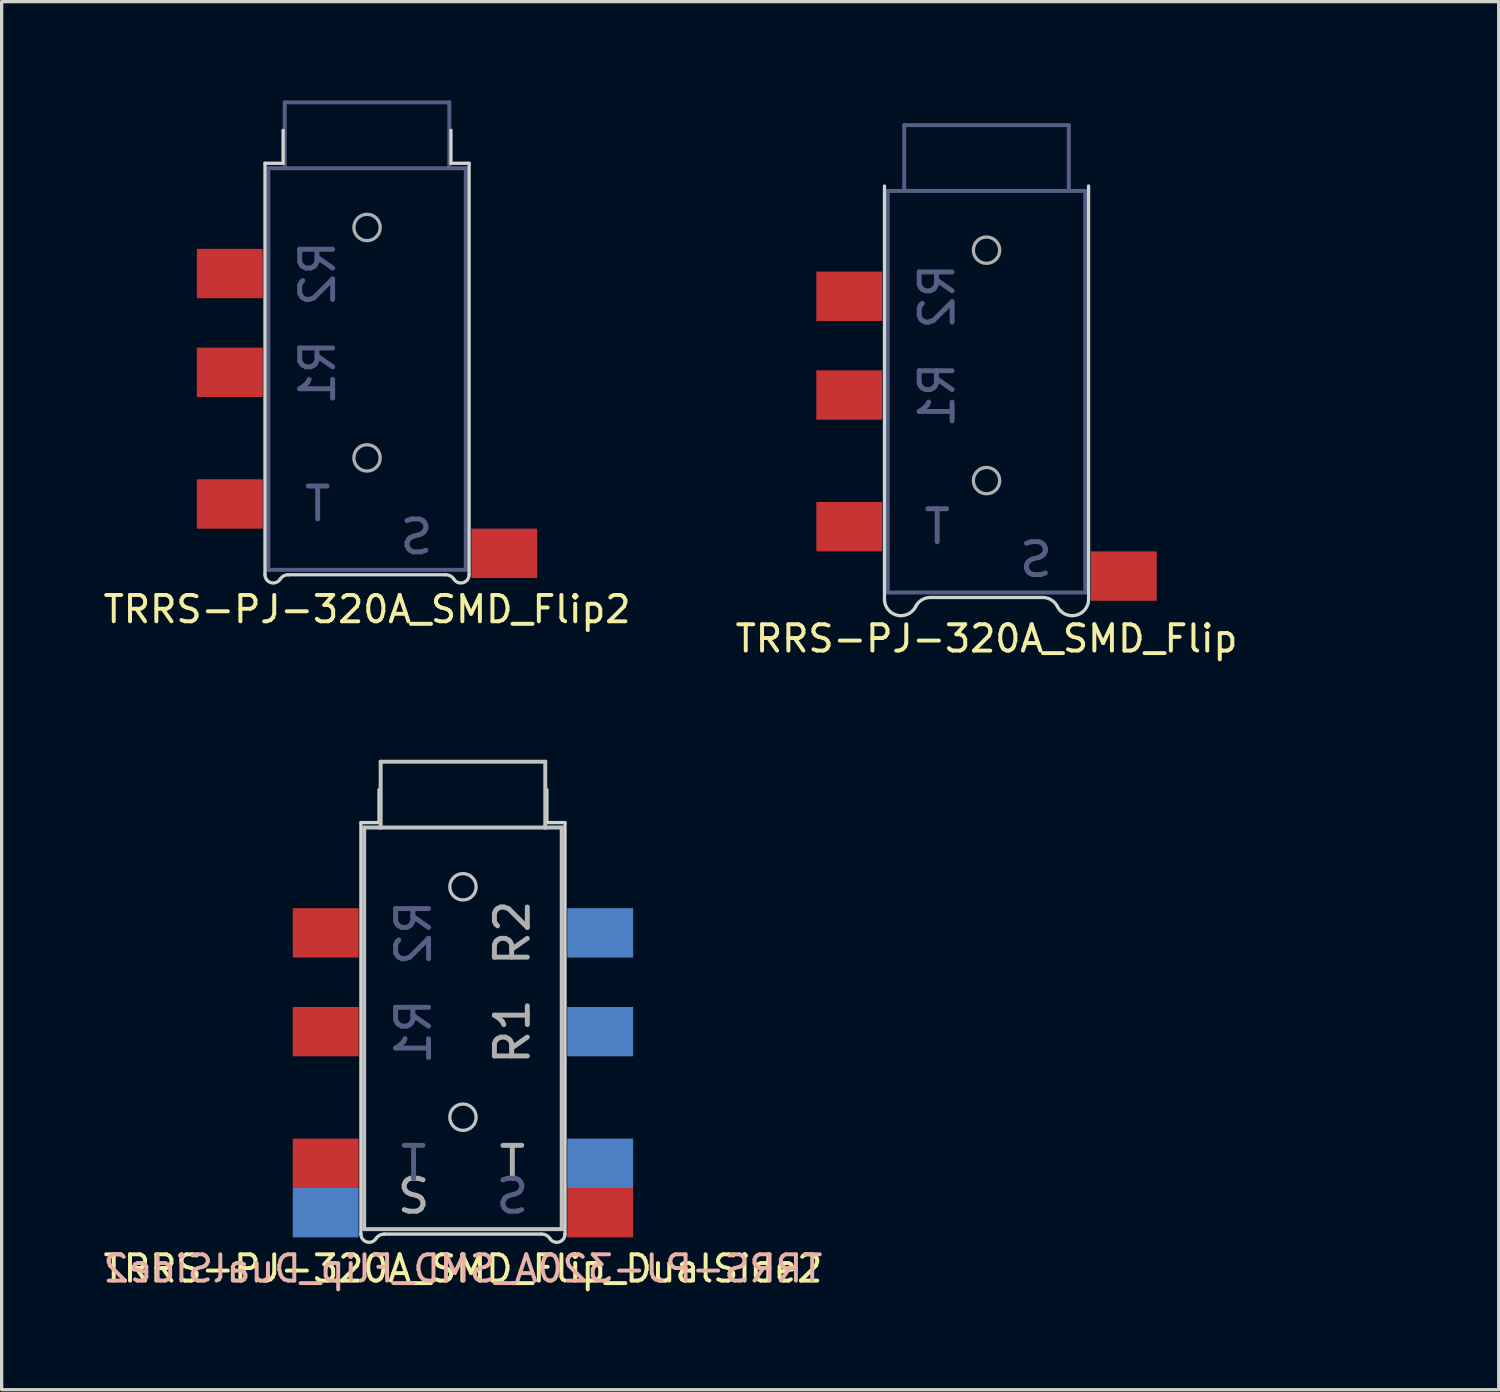
<source format=kicad_pcb>
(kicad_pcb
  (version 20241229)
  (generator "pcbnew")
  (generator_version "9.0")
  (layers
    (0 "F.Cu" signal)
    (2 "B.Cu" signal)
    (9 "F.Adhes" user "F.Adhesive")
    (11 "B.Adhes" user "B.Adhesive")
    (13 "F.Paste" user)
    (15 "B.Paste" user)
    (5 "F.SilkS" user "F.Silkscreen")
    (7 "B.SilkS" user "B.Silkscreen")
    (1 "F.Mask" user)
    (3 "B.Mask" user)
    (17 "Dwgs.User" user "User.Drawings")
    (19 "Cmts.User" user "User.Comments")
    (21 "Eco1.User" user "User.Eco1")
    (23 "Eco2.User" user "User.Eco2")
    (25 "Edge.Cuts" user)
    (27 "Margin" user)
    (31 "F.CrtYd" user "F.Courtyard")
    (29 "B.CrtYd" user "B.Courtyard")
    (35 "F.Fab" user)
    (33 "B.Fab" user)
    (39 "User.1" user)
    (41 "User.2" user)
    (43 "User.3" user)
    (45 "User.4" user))
  (footprint "TRRS-PJ-320A_SMD_Flip2"
    (layer "F.Cu")
    (at 8.1 2.06)
    (property "Reference" "TRRS-PJ-320A_SMD_Flip2" (at 0 13.4 0) (layer "F.SilkS") (effects (font (size 0.8 0.8) (thickness 0.12))))
    (attr through_hole)
    (fp_line (start -3.1 -0.15) (end -2.55 -0.15) (stroke (width 0.1) (type default)) (layer "Edge.Cuts"))
    (fp_line (start -3.1 12.35) (end -3.1 -0.15) (stroke (width 0.1) (type default)) (layer "Edge.Cuts"))
    (fp_line (start -2.55 -0.15) (end -2.55 -1.15) (stroke (width 0.1) (type default)) (layer "Edge.Cuts"))
    (fp_line (start -2.39 12.35) (end 2.39 12.35) (stroke (width 0.1) (type default)) (layer "Edge.Cuts"))
    (fp_line (start 2.55 -0.15) (end 2.55 -1.15) (stroke (width 0.1) (type default)) (layer "Edge.Cuts"))
    (fp_line (start 2.55 -0.15) (end 3.1 -0.15) (stroke (width 0.1) (type default)) (layer "Edge.Cuts"))
    (fp_line (start 3.1 12.35) (end 3.1 -0.15) (stroke (width 0.1) (type default)) (layer "Edge.Cuts"))
    (fp_arc (start -2.632939 12.474035) (mid -2.914167 12.591625) (end -3.1 12.35) (stroke (width 0.1) (type solid)) (layer "Edge.Cuts"))
    (fp_arc (start -2.632939 12.474035) (mid -2.526835 12.381922) (end -2.39 12.35) (stroke (width 0.1) (type solid)) (layer "Edge.Cuts"))
    (fp_arc (start 2.39 12.35) (mid 2.526836 12.381921) (end 2.632939 12.474035) (stroke (width 0.1) (type solid)) (layer "Edge.Cuts"))
    (fp_arc (start 3.1 12.35) (mid 2.914167 12.591625) (end 2.632939 12.474035) (stroke (width 0.1) (type solid)) (layer "Edge.Cuts"))
    (fp_line (start -3 12.2) (end -3 0) (stroke (width 0.12) (type default)) (layer "B.Fab"))
    (fp_line (start -3 12.2) (end 3 12.2) (stroke (width 0.12) (type default)) (layer "B.Fab"))
    (fp_line (start -2.5 -2) (end -2.5 0) (stroke (width 0.12) (type default)) (layer "B.Fab"))
    (fp_line (start -2.5 0) (end -3 0) (stroke (width 0.12) (type default)) (layer "B.Fab"))
    (fp_line (start 2.5 -2) (end -2.5 -2) (stroke (width 0.12) (type default)) (layer "B.Fab"))
    (fp_line (start 2.5 -2) (end 2.5 0) (stroke (width 0.12) (type default)) (layer "B.Fab"))
    (fp_line (start 2.5 0) (end -2.5 0) (stroke (width 0.12) (type default)) (layer "B.Fab"))
    (fp_line (start 3 0) (end 2.5 0) (stroke (width 0.12) (type default)) (layer "B.Fab"))
    (fp_line (start 3 0) (end 3 12.2) (stroke (width 0.12) (type default)) (layer "B.Fab"))
    (fp_circle (center 0 1.8) (end 0.4 1.8) (stroke (width 0.1) (type default)) (fill no) (layer "F.Fab"))
    (fp_circle (center 0 8.8) (end 0.4 8.8) (stroke (width 0.1) (type default)) (fill no) (layer "F.Fab"))
    (fp_text user "R1" (at -1.5 6.2 270) (layer "B.Fab") (effects (font (size 1 1) (thickness 0.15)) (justify mirror)))
    (fp_text user "S" (at 1.5 11.2 180) (layer "B.Fab") (effects (font (size 1 1) (thickness 0.15)) (justify mirror)))
    (fp_text user "R2" (at -1.5 3.2 270) (layer "B.Fab") (effects (font (size 1 1) (thickness 0.15)) (justify mirror)))
    (fp_text user "T" (at -1.5 10.2 180) (layer "B.Fab") (effects (font (size 1 1) (thickness 0.15)) (justify mirror)))
    (pad "1" smd trapezoid (at 4.17 11.7) (size 2 1.5) (layers "F.Cu" "F.Mask" "F.Paste"))
    (pad "2" smd trapezoid (at -4.17 10.2 180) (size 2 1.5) (layers "F.Cu" "F.Mask" "F.Paste"))
    (pad "3" smd trapezoid (at -4.17 6.2 180) (size 2 1.5) (layers "F.Cu" "F.Mask" "F.Paste"))
    (pad "4" smd trapezoid (at -4.17 3.2 180) (size 2 1.5) (layers "F.Cu" "F.Mask" "F.Paste")))
  (footprint "TRRS-PJ-320A_SMD_Flip_DualSide2"
    (layer "F.Cu")
    (at 11.014 22.089)
    (property "Reference" "TRRS-PJ-320A_SMD_Flip_DualSide2" (at 0 13.4 0) (layer "F.SilkS") (effects (font (size 0.8 0.8) (thickness 0.12))))
    (attr through_hole)
    (fp_line (start -3 12.2) (end -3 0) (stroke (width 0.12) (type default)) (layer "Dwgs.User"))
    (fp_line (start -3 12.2) (end 3 12.2) (stroke (width 0.12) (type default)) (layer "Dwgs.User"))
    (fp_line (start -2.5 -2) (end -2.5 0) (stroke (width 0.12) (type default)) (layer "Dwgs.User"))
    (fp_line (start -2.5 0) (end -3 0) (stroke (width 0.12) (type default)) (layer "Dwgs.User"))
    (fp_line (start 2.5 -2) (end -2.5 -2) (stroke (width 0.12) (type default)) (layer "Dwgs.User"))
    (fp_line (start 2.5 -2) (end 2.5 0) (stroke (width 0.12) (type default)) (layer "Dwgs.User"))
    (fp_line (start 2.5 0) (end -2.5 0) (stroke (width 0.12) (type default)) (layer "Dwgs.User"))
    (fp_line (start 3 0) (end 2.5 0) (stroke (width 0.12) (type default)) (layer "Dwgs.User"))
    (fp_line (start 3 0) (end 3 12.2) (stroke (width 0.12) (type default)) (layer "Dwgs.User"))
    (fp_circle (center 0 1.8) (end 0.4 1.8) (stroke (width 0.1) (type default)) (fill no) (layer "Dwgs.User"))
    (fp_circle (center 0 8.8) (end 0.4 8.8) (stroke (width 0.1) (type default)) (fill no) (layer "Dwgs.User"))
    (fp_line (start -3.1 -0.15) (end -2.55 -0.15) (stroke (width 0.1) (type default)) (layer "Edge.Cuts"))
    (fp_line (start -3.1 12.35) (end -3.1 -0.15) (stroke (width 0.1) (type default)) (layer "Edge.Cuts"))
    (fp_line (start -2.55 -0.15) (end -2.55 -1.15) (stroke (width 0.1) (type default)) (layer "Edge.Cuts"))
    (fp_line (start -2.39 12.35) (end 2.39 12.35) (stroke (width 0.1) (type default)) (layer "Edge.Cuts"))
    (fp_line (start 2.55 -0.15) (end 2.55 -1.15) (stroke (width 0.1) (type default)) (layer "Edge.Cuts"))
    (fp_line (start 2.55 -0.15) (end 3.1 -0.15) (stroke (width 0.1) (type default)) (layer "Edge.Cuts"))
    (fp_line (start 3.1 12.35) (end 3.1 -0.15) (stroke (width 0.1) (type default)) (layer "Edge.Cuts"))
    (fp_arc (start -2.632939 12.474035) (mid -2.914167 12.591625) (end -3.1 12.35) (stroke (width 0.1) (type solid)) (layer "Edge.Cuts"))
    (fp_arc (start -2.632939 12.474035) (mid -2.526835 12.381922) (end -2.39 12.35) (stroke (width 0.1) (type solid)) (layer "Edge.Cuts"))
    (fp_arc (start 2.39 12.35) (mid 2.526836 12.381921) (end 2.632939 12.474035) (stroke (width 0.1) (type solid)) (layer "Edge.Cuts"))
    (fp_arc (start 3.1 12.35) (mid 2.914167 12.591625) (end 2.632939 12.474035) (stroke (width 0.1) (type solid)) (layer "Edge.Cuts"))
    (fp_text user "${REFERENCE}" (at 0 13.4 0) (layer "B.SilkS") (effects (font (size 0.8 0.8) (thickness 0.12)) (justify mirror)))
    (fp_text user "R1" (at -1.5 6.2 270) (layer "B.Fab") (effects (font (size 1 1) (thickness 0.15)) (justify mirror)))
    (fp_text user "R2" (at -1.5 3.2 270) (layer "B.Fab") (effects (font (size 1 1) (thickness 0.15)) (justify mirror)))
    (fp_text user "S" (at 1.5 11.2 180) (layer "B.Fab") (effects (font (size 1 1) (thickness 0.15)) (justify mirror)))
    (fp_text user "T" (at -1.5 10.2 180) (layer "B.Fab") (effects (font (size 1 1) (thickness 0.15)) (justify mirror)))
    (fp_text user "S" (at -1.5 11.2 180) (layer "F.Fab") (effects (font (size 1 1) (thickness 0.15))))
    (fp_text user "R2" (at 1.5 3.2 90) (layer "F.Fab") (effects (font (size 1 1) (thickness 0.15))))
    (fp_text user "R1" (at 1.5 6.2 90) (layer "F.Fab") (effects (font (size 1 1) (thickness 0.15))))
    (fp_text user "T" (at 1.5 10.2 180) (layer "F.Fab") (effects (font (size 1 1) (thickness 0.15))))
    (pad "1" smd trapezoid (at -4.17 11.7) (size 2 1.5) (layers "B.Cu" "B.Mask" "B.Paste"))
    (pad "1" smd trapezoid (at 4.17 11.7) (size 2 1.5) (layers "F.Cu" "F.Mask" "F.Paste"))
    (pad "2" smd trapezoid (at -4.17 10.2 180) (size 2 1.5) (layers "F.Cu" "F.Mask" "F.Paste"))
    (pad "2" smd trapezoid (at 4.17 10.2 180) (size 2 1.5) (layers "B.Cu" "B.Mask" "B.Paste"))
    (pad "3" smd trapezoid (at -4.17 6.2 180) (size 2 1.5) (layers "F.Cu" "F.Mask" "F.Paste"))
    (pad "3" smd trapezoid (at 4.17 6.2 180) (size 2 1.5) (layers "B.Cu" "B.Mask" "B.Paste"))
    (pad "4" smd trapezoid (at -4.17 3.2 180) (size 2 1.5) (layers "F.Cu" "F.Mask" "F.Paste"))
    (pad "4" smd trapezoid (at 4.17 3.2 180) (size 2 1.5) (layers "B.Cu" "B.Mask" "B.Paste")))
  (footprint "TRRS-PJ-320A_SMD_Flip"
    (layer "F.Cu")
    (at 26.919 2.75)
    (property "Reference" "TRRS-PJ-320A_SMD_Flip" (at 0 13.6 0) (layer "F.SilkS") (effects (font (size 0.8 0.8) (thickness 0.12))))
    (attr through_hole)
    (fp_line (start -3.1 -0.15) (end -2.505 -0.15) (stroke (width 0.1) (type default)) (layer "Eco1.User"))
    (fp_line (start -2.505 -0.15) (end -2.505 -1.15) (stroke (width 0.1) (type default)) (layer "Eco1.User"))
    (fp_line (start 2.505 -0.15) (end 2.505 -1.15) (stroke (width 0.1) (type default)) (layer "Eco1.User"))
    (fp_line (start 2.505 -0.15) (end 3.1 -0.15) (stroke (width 0.1) (type default)) (layer "Eco1.User"))
    (fp_line (start -3.1 -0.15) (end -2.35 -0.15) (stroke (width 0.1) (type default)) (layer "Eco2.User"))
    (fp_line (start -2.35 -0.15) (end -2.35 -1.15) (stroke (width 0.1) (type default)) (layer "Eco2.User"))
    (fp_line (start 2.35 -0.15) (end 2.35 -1.15) (stroke (width 0.1) (type default)) (layer "Eco2.User"))
    (fp_line (start 2.35 -0.15) (end 3.1 -0.15) (stroke (width 0.1) (type default)) (layer "Eco2.User"))
    (fp_line (start -3.1 12.403) (end -3.1 -0.15) (stroke (width 0.1) (type default)) (layer "Edge.Cuts"))
    (fp_line (start 1.706 12.35) (end -1.706 12.35) (stroke (width 0.1) (type default)) (layer "Edge.Cuts"))
    (fp_line (start 3.1 -0.15) (end 3.1 12.403) (stroke (width 0.1) (type default)) (layer "Edge.Cuts"))
    (fp_arc (start -2.6 12.903) (mid -2.953553 12.756553) (end -3.1 12.403) (stroke (width 0.1) (type default)) (layer "Edge.Cuts"))
    (fp_arc (start -2.152786 12.626606) (mid -2.337133 12.828326) (end -2.6 12.903) (stroke (width 0.1) (type default)) (layer "Edge.Cuts"))
    (fp_arc (start -2.152786 12.626606) (mid -1.968438 12.424885) (end -1.705572 12.350212) (stroke (width 0.1) (type default)) (layer "Edge.Cuts"))
    (fp_arc (start 1.705572 12.350212) (mid 1.968447 12.424877) (end 2.152786 12.626606) (stroke (width 0.1) (type default)) (layer "Edge.Cuts"))
    (fp_arc (start 2.6 12.903) (mid 2.337134 12.828325) (end 2.152786 12.626606) (stroke (width 0.1) (type default)) (layer "Edge.Cuts"))
    (fp_arc (start 3.1 12.403) (mid 2.953553 12.756553) (end 2.6 12.903) (stroke (width 0.1) (type default)) (layer "Edge.Cuts"))
    (fp_line (start -3 12.2) (end -3 0) (stroke (width 0.12) (type default)) (layer "B.Fab"))
    (fp_line (start -3 12.2) (end 3 12.2) (stroke (width 0.12) (type default)) (layer "B.Fab"))
    (fp_line (start -2.5 -2) (end -2.5 0) (stroke (width 0.12) (type default)) (layer "B.Fab"))
    (fp_line (start -2.5 0) (end -3 0) (stroke (width 0.12) (type default)) (layer "B.Fab"))
    (fp_line (start 2.5 -2) (end -2.5 -2) (stroke (width 0.12) (type default)) (layer "B.Fab"))
    (fp_line (start 2.5 -2) (end 2.5 0) (stroke (width 0.12) (type default)) (layer "B.Fab"))
    (fp_line (start 2.5 0) (end -2.5 0) (stroke (width 0.12) (type default)) (layer "B.Fab"))
    (fp_line (start 3 0) (end 2.5 0) (stroke (width 0.12) (type default)) (layer "B.Fab"))
    (fp_line (start 3 0) (end 3 12.2) (stroke (width 0.12) (type default)) (layer "B.Fab"))
    (fp_circle (center 0 1.8) (end 0.4 1.8) (stroke (width 0.1) (type default)) (fill no) (layer "F.Fab"))
    (fp_circle (center 0 8.8) (end 0.4 8.8) (stroke (width 0.1) (type default)) (fill no) (layer "F.Fab"))
    (fp_text user "1.6mm PCB" (at 3.5 0 0) (unlocked yes) (layer "Eco1.User") (effects (font (size 1 1) (thickness 0.15)) (justify left bottom)))
    (fp_text user "1.2mm PCB" (at 3.5 -1.3 0) (unlocked yes) (layer "Eco2.User") (effects (font (size 1 1) (thickness 0.15)) (justify left bottom)))
    (fp_text user "R2" (at -1.5 3.2 270) (layer "B.Fab") (effects (font (size 1 1) (thickness 0.15)) (justify mirror)))
    (fp_text user "R1" (at -1.5 6.2 270) (layer "B.Fab") (effects (font (size 1 1) (thickness 0.15)) (justify mirror)))
    (fp_text user "S" (at 1.5 11.2 180) (layer "B.Fab") (effects (font (size 1 1) (thickness 0.15)) (justify mirror)))
    (fp_text user "T" (at -1.5 10.2 180) (layer "B.Fab") (effects (font (size 1 1) (thickness 0.15)) (justify mirror)))
    (pad "1" smd trapezoid (at 4.17 11.7) (size 2 1.5) (layers "F.Cu" "F.Mask" "F.Paste"))
    (pad "2" smd trapezoid (at -4.17 10.2 180) (size 2 1.5) (layers "F.Cu" "F.Mask" "F.Paste"))
    (pad "3" smd trapezoid (at -4.17 6.2 180) (size 2 1.5) (layers "F.Cu" "F.Mask" "F.Paste"))
    (pad "4" smd trapezoid (at -4.17 3.2 180) (size 2 1.5) (layers "F.Cu" "F.Mask" "F.Paste")))
  (gr_rect
    (start -3 -3)
    (end 42.479 39.167)
    (stroke (width 0.1) (type default))
    (fill no)
    (layer "Edge.Cuts")))
</source>
